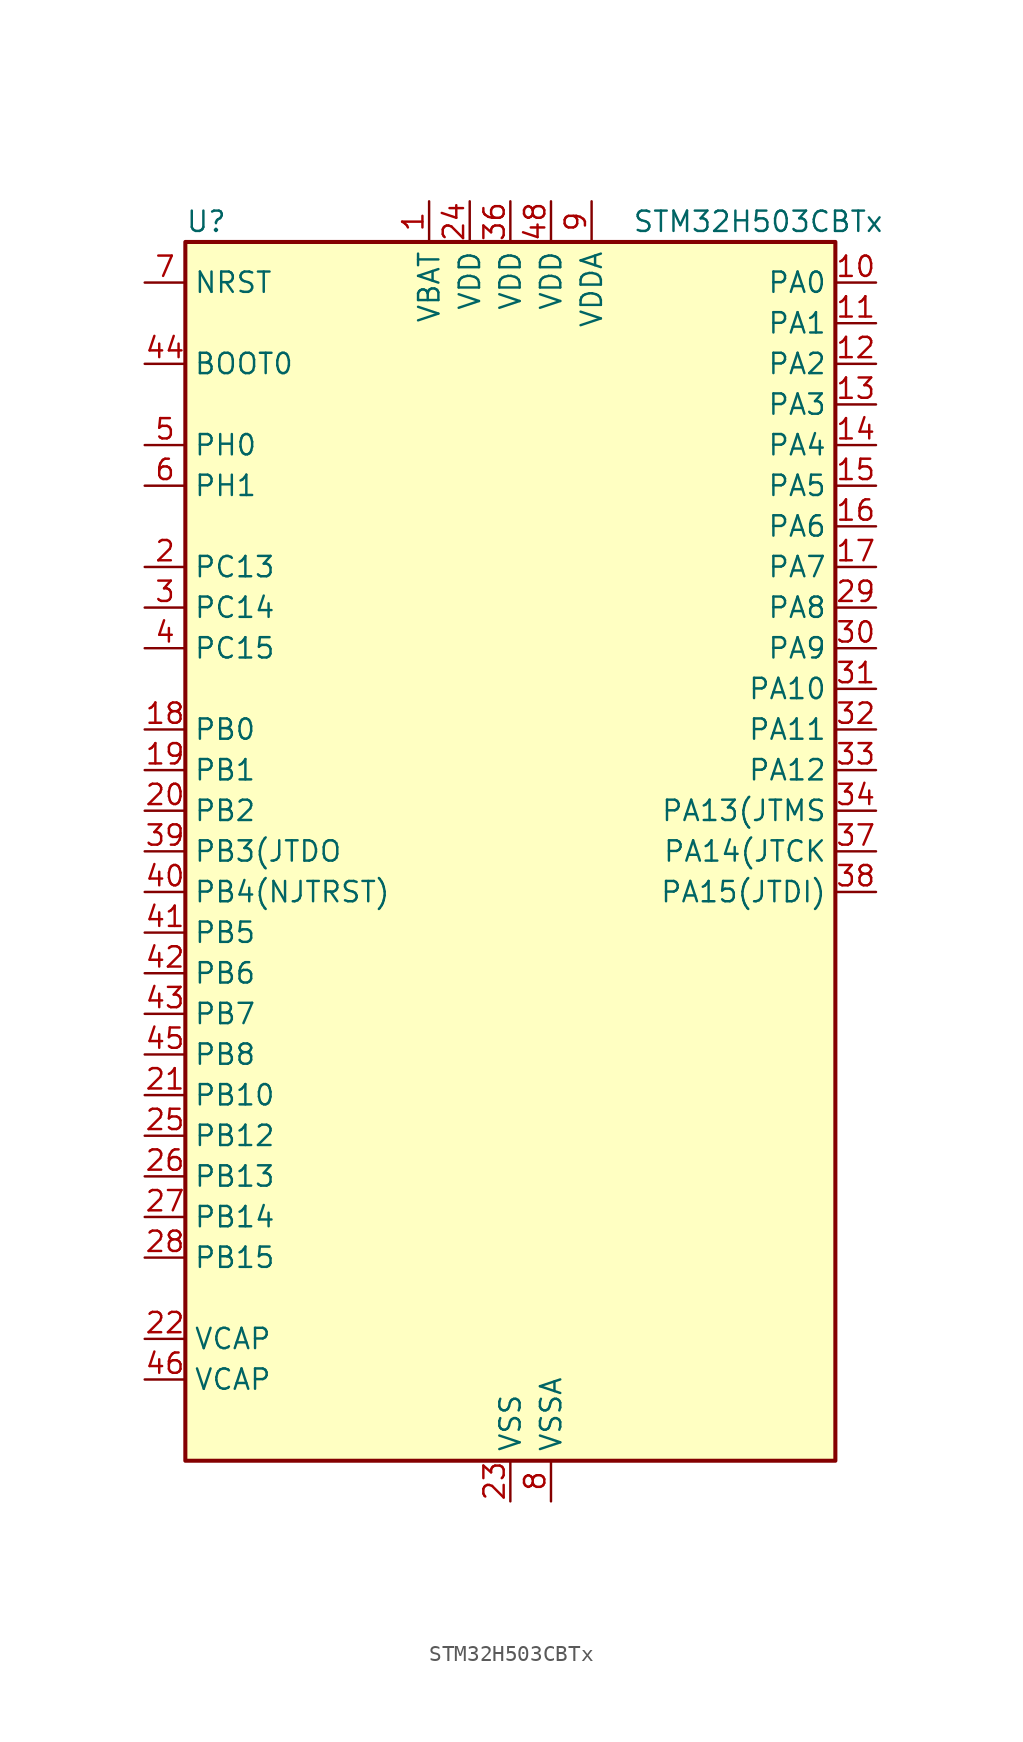
<source format=kicad_sym>
(kicad_symbol_lib
  (version 20231120)
  (generator "kicad-library-utils")
  (generator_version "8.0")
  (symbol "STM32H503CBTx"
    (property "Reference" "U"
      (at -20.32 39.37 0)
      (effects (font (size 1.27 1.27)) (justify left)))
    (property "Value" "STM32H503CBTx"
      (at 7.62 39.37 0)
      (effects (font (size 1.27 1.27)) (justify left)))
    (symbol "STM32H503CBTx_0_1"
      (rectangle (start -20.32 -38.1) (end 20.32 38.1) (stroke (width 0.254) (type default)) (fill (type background))))
    (symbol "STM32H503CBTx_1_1"
      (pin power_in line (at -5.08 40.64 270) (length 2.54) (name "VBAT" (effects (font (size 1.27 1.27)))) (number "1" (effects (font (size 1.27 1.27)))))
      (pin bidirectional line (at 22.86 35.56 180) (length 2.54) (name "PA0" (effects (font (size 1.27 1.27)))) (number "10" (effects (font (size 1.27 1.27)))) (alternate "ADC1_INN1" bidirectional line) (alternate "ADC1_INP0" bidirectional line) (alternate "COMP1_INP" bidirectional line) (alternate "I2S1_SDI" bidirectional line) (alternate "I2S2_MCK" bidirectional line) (alternate "I2S3_WS" bidirectional line) (alternate "LPTIM1_ETR" bidirectional line) (alternate "LPTIM1_IN2" bidirectional line) (alternate "LPTIM2_ETR" bidirectional line) (alternate "OPAMP1_VINP" bidirectional line) (alternate "PWR_WKUP1" bidirectional line) (alternate "RTC_OUT2" bidirectional line) (alternate "SPI1_MISO" bidirectional line) (alternate "SPI3_NSS" bidirectional line) (alternate "SPI3_RDY" bidirectional line) (alternate "TAMP_IN2" bidirectional line) (alternate "TAMP_OUT1" bidirectional line) (alternate "TIM2_CH1" bidirectional line) (alternate "TIM2_ETR" bidirectional line) (alternate "TIM3_CH1" bidirectional line) (alternate "USART1_CTS" bidirectional line) (alternate "USART1_NSS" bidirectional line) (alternate "USART2_CTS" bidirectional line) (alternate "USART2_NSS" bidirectional line) (alternate "USART3_CK" bidirectional line) (alternate "USART3_CTS" bidirectional line) (alternate "USART3_NSS" bidirectional line))
      (pin bidirectional line (at 22.86 33.02 180) (length 2.54) (name "PA1" (effects (font (size 1.27 1.27)))) (number "11" (effects (font (size 1.27 1.27)))) (alternate "ADC1_INP1" bidirectional line) (alternate "I2S1_WS" bidirectional line) (alternate "I2S3_CK" bidirectional line) (alternate "LPTIM1_IN1" bidirectional line) (alternate "SPI1_NSS" bidirectional line) (alternate "SPI2_RDY" bidirectional line) (alternate "SPI3_SCK" bidirectional line) (alternate "TIM1_CH3" bidirectional line) (alternate "TIM2_CH2" bidirectional line) (alternate "USART1_RX" bidirectional line) (alternate "USART2_CK" bidirectional line) (alternate "USART2_RTS" bidirectional line))
      (pin bidirectional line (at 22.86 30.48 180) (length 2.54) (name "PA2" (effects (font (size 1.27 1.27)))) (number "12" (effects (font (size 1.27 1.27)))) (alternate "ADC1_INP14" bidirectional line) (alternate "I2S1_CK" bidirectional line) (alternate "I2S3_SDI" bidirectional line) (alternate "LPTIM1_IN2" bidirectional line) (alternate "LPUART1_RX" bidirectional line) (alternate "PWR_WKUP2" bidirectional line) (alternate "SPI1_SCK" bidirectional line) (alternate "SPI3_MISO" bidirectional line) (alternate "TIM1_CH4" bidirectional line) (alternate "TIM2_CH3" bidirectional line) (alternate "TIM3_ETR" bidirectional line) (alternate "USART1_TX" bidirectional line) (alternate "USART2_TX" bidirectional line))
      (pin bidirectional line (at 22.86 27.94 180) (length 2.54) (name "PA3" (effects (font (size 1.27 1.27)))) (number "13" (effects (font (size 1.27 1.27)))) (alternate "ADC1_INP15" bidirectional line) (alternate "I2S1_SDI" bidirectional line) (alternate "I2S2_WS" bidirectional line) (alternate "I2S3_SDO" bidirectional line) (alternate "LPUART1_TX" bidirectional line) (alternate "SPI1_MISO" bidirectional line) (alternate "SPI2_NSS" bidirectional line) (alternate "SPI3_MOSI" bidirectional line) (alternate "TIM1_CH1N" bidirectional line) (alternate "TIM2_CH4" bidirectional line) (alternate "USART1_CK" bidirectional line) (alternate "USART2_RX" bidirectional line) (alternate "USART3_RX" bidirectional line))
      (pin bidirectional line (at 22.86 25.4 180) (length 2.54) (name "PA4" (effects (font (size 1.27 1.27)))) (number "14" (effects (font (size 1.27 1.27)))) (alternate "ADC1_INP18" bidirectional line) (alternate "DAC1_OUT1" bidirectional line) (alternate "I2S1_SDO" bidirectional line) (alternate "I2S1_WS" bidirectional line) (alternate "I2S3_SDI" bidirectional line) (alternate "I2S3_WS" bidirectional line) (alternate "LPTIM2_CH1" bidirectional line) (alternate "SPI1_MOSI" bidirectional line) (alternate "SPI1_NSS" bidirectional line) (alternate "SPI3_MISO" bidirectional line) (alternate "SPI3_NSS" bidirectional line) (alternate "TIM1_BKIN" bidirectional line) (alternate "TIM1_CH2N" bidirectional line) (alternate "USART1_RTS" bidirectional line) (alternate "USART2_CK" bidirectional line) (alternate "USART3_TX" bidirectional line))
      (pin bidirectional line (at 22.86 22.86 180) (length 2.54) (name "PA5" (effects (font (size 1.27 1.27)))) (number "15" (effects (font (size 1.27 1.27)))) (alternate "ADC1_INN18" bidirectional line) (alternate "ADC1_INP19" bidirectional line) (alternate "COMP1_INM" bidirectional line) (alternate "DAC1_OUT2" bidirectional line) (alternate "I2S1_CK" bidirectional line) (alternate "I2S1_MCK" bidirectional line) (alternate "I2S2_CK" bidirectional line) (alternate "I2S3_SDO" bidirectional line) (alternate "LPTIM1_CH1" bidirectional line) (alternate "LPTIM1_ETR" bidirectional line) (alternate "LPTIM2_CH2" bidirectional line) (alternate "LPUART1_RTS" bidirectional line) (alternate "PWR_CSTOP" bidirectional line) (alternate "SPI1_SCK" bidirectional line) (alternate "SPI2_SCK" bidirectional line) (alternate "SPI3_MOSI" bidirectional line) (alternate "TIM2_CH1" bidirectional line) (alternate "TIM2_ETR" bidirectional line) (alternate "USART2_CTS" bidirectional line) (alternate "USART2_NSS" bidirectional line) (alternate "USART2_TX" bidirectional line) (alternate "USART3_RX" bidirectional line))
      (pin bidirectional line (at 22.86 20.32 180) (length 2.54) (name "PA6" (effects (font (size 1.27 1.27)))) (number "16" (effects (font (size 1.27 1.27)))) (alternate "ADC1_INP3" bidirectional line) (alternate "I2S1_SDI" bidirectional line) (alternate "SPI1_MISO" bidirectional line) (alternate "TIM1_BKIN" bidirectional line) (alternate "TIM3_CH1" bidirectional line))
      (pin bidirectional line (at 22.86 17.78 180) (length 2.54) (name "PA7" (effects (font (size 1.27 1.27)))) (number "17" (effects (font (size 1.27 1.27)))) (alternate "ADC1_INN3" bidirectional line) (alternate "ADC1_INP7" bidirectional line) (alternate "AUDIOCLK" bidirectional line) (alternate "I2S1_MCK" bidirectional line) (alternate "I2S1_SDO" bidirectional line) (alternate "I2S2_MCK" bidirectional line) (alternate "I2S2_SDI" bidirectional line) (alternate "I2S3_MCK" bidirectional line) (alternate "LPTIM2_ETR" bidirectional line) (alternate "OPAMP1_VOUT" bidirectional line) (alternate "PWR_CSLEEP" bidirectional line) (alternate "SPI1_MOSI" bidirectional line) (alternate "SPI2_MISO" bidirectional line) (alternate "TIM1_CH1N" bidirectional line) (alternate "TIM2_CH3" bidirectional line) (alternate "TIM3_CH2" bidirectional line) (alternate "USART1_RTS" bidirectional line) (alternate "USART3_CK" bidirectional line) (alternate "USART3_RTS" bidirectional line))
      (pin bidirectional line (at -22.86 7.62 0) (length 2.54) (name "PB0" (effects (font (size 1.27 1.27)))) (number "18" (effects (font (size 1.27 1.27)))) (alternate "ADC1_INN5" bidirectional line) (alternate "ADC1_INP9" bidirectional line) (alternate "COMP1_INP" bidirectional line) (alternate "LPTIM1_IN1" bidirectional line) (alternate "OPAMP1_VINP" bidirectional line) (alternate "TIM1_CH2N" bidirectional line) (alternate "TIM1_ETR" bidirectional line) (alternate "TIM3_CH3" bidirectional line) (alternate "USART2_TX" bidirectional line))
      (pin bidirectional line (at -22.86 5.08 0) (length 2.54) (name "PB1" (effects (font (size 1.27 1.27)))) (number "19" (effects (font (size 1.27 1.27)))) (alternate "ADC1_INP5" bidirectional line) (alternate "COMP1_INM" bidirectional line) (alternate "COMP1_OUT" bidirectional line) (alternate "I2S2_SDO" bidirectional line) (alternate "LPTIM1_IN2" bidirectional line) (alternate "LPTIM2_ETR" bidirectional line) (alternate "OPAMP1_VINM" bidirectional line) (alternate "OPAMP1_VINM1" bidirectional line) (alternate "SPI2_MOSI" bidirectional line) (alternate "TIM1_CH1" bidirectional line) (alternate "TIM1_CH3N" bidirectional line) (alternate "TIM3_CH4" bidirectional line) (alternate "USART2_RX" bidirectional line))
      (pin bidirectional line (at -22.86 17.78 0) (length 2.54) (name "PC13" (effects (font (size 1.27 1.27)))) (number "2" (effects (font (size 1.27 1.27)))) (alternate "PWR_WKUP4" bidirectional line) (alternate "RTC_OUT1" bidirectional line) (alternate "RTC_TS" bidirectional line) (alternate "TAMP_IN1" bidirectional line) (alternate "TAMP_OUT2" bidirectional line))
      (pin bidirectional line (at -22.86 2.54 0) (length 2.54) (name "PB2" (effects (font (size 1.27 1.27)))) (number "20" (effects (font (size 1.27 1.27)))) (alternate "COMP1_INP" bidirectional line) (alternate "I2S2_CK" bidirectional line) (alternate "I2S3_SDO" bidirectional line) (alternate "LPTIM1_CH1" bidirectional line) (alternate "LPTIM1_CH2" bidirectional line) (alternate "RCC_LSCO" bidirectional line) (alternate "RTC_OUT2" bidirectional line) (alternate "SPI1_RDY" bidirectional line) (alternate "SPI2_SCK" bidirectional line) (alternate "SPI3_MOSI" bidirectional line) (alternate "TIM1_CH2N" bidirectional line) (alternate "TIM2_CH1" bidirectional line) (alternate "USART2_CK" bidirectional line))
      (pin bidirectional line (at -22.86 -15.24 0) (length 2.54) (name "PB10" (effects (font (size 1.27 1.27)))) (number "21" (effects (font (size 1.27 1.27)))) (alternate "FDCAN1_TX" bidirectional line) (alternate "I2C1_SDA" bidirectional line) (alternate "I2C2_SCL" bidirectional line) (alternate "I2S2_CK" bidirectional line) (alternate "I2S3_WS" bidirectional line) (alternate "I3C1_SDA" bidirectional line) (alternate "I3C2_SCL" bidirectional line) (alternate "LPTIM2_CH2" bidirectional line) (alternate "LPTIM2_IN1" bidirectional line) (alternate "SPI2_SCK" bidirectional line) (alternate "SPI3_NSS" bidirectional line) (alternate "TIM2_CH3" bidirectional line) (alternate "USART3_CK" bidirectional line) (alternate "USART3_TX" bidirectional line))
      (pin power_out line (at -22.86 -30.48 0) (length 2.54) (name "VCAP" (effects (font (size 1.27 1.27)))) (number "22" (effects (font (size 1.27 1.27)))))
      (pin power_in line (at 0 -40.64 90) (length 2.54) (name "VSS" (effects (font (size 1.27 1.27)))) (number "23" (effects (font (size 1.27 1.27)))))
      (pin power_in line (at -2.54 40.64 270) (length 2.54) (name "VDD" (effects (font (size 1.27 1.27)))) (number "24" (effects (font (size 1.27 1.27)))))
      (pin bidirectional line (at -22.86 -17.78 0) (length 2.54) (name "PB12" (effects (font (size 1.27 1.27)))) (number "25" (effects (font (size 1.27 1.27)))) (alternate "FDCAN1_RX" bidirectional line) (alternate "I2C2_SMBA" bidirectional line) (alternate "I2S2_WS" bidirectional line) (alternate "SPI2_NSS" bidirectional line) (alternate "TIM1_BKIN" bidirectional line) (alternate "USART1_CK" bidirectional line) (alternate "USART3_CK" bidirectional line))
      (pin bidirectional line (at -22.86 -20.32 0) (length 2.54) (name "PB13" (effects (font (size 1.27 1.27)))) (number "26" (effects (font (size 1.27 1.27)))) (alternate "FDCAN1_TX" bidirectional line) (alternate "I2C1_SMBA" bidirectional line) (alternate "I2C2_SDA" bidirectional line) (alternate "I2S2_CK" bidirectional line) (alternate "I3C2_SDA" bidirectional line) (alternate "LPTIM2_CH1" bidirectional line) (alternate "LPUART1_CTS" bidirectional line) (alternate "SPI2_SCK" bidirectional line) (alternate "TIM1_CH1N" bidirectional line) (alternate "USART3_CTS" bidirectional line) (alternate "USART3_NSS" bidirectional line))
      (pin bidirectional line (at -22.86 -22.86 0) (length 2.54) (name "PB14" (effects (font (size 1.27 1.27)))) (number "27" (effects (font (size 1.27 1.27)))) (alternate "I2S2_SDI" bidirectional line) (alternate "LPTIM1_ETR" bidirectional line) (alternate "LPUART1_RTS" bidirectional line) (alternate "SPI2_MISO" bidirectional line) (alternate "TIM1_CH2N" bidirectional line) (alternate "USART1_TX" bidirectional line) (alternate "USART3_RTS" bidirectional line))
      (pin bidirectional line (at -22.86 -25.4 0) (length 2.54) (name "PB15" (effects (font (size 1.27 1.27)))) (number "28" (effects (font (size 1.27 1.27)))) (alternate "ADC1_EXTI15" bidirectional line) (alternate "COMP1_OUT" bidirectional line) (alternate "FDCAN1_TX" bidirectional line) (alternate "I2S2_SDO" bidirectional line) (alternate "I2S3_MCK" bidirectional line) (alternate "I2S3_SDI" bidirectional line) (alternate "LPTIM1_CH1" bidirectional line) (alternate "LPTIM2_IN2" bidirectional line) (alternate "LPUART1_RX" bidirectional line) (alternate "PWR_PVD_IN" bidirectional line) (alternate "RTC_REFIN" bidirectional line) (alternate "SPI2_MOSI" bidirectional line) (alternate "SPI3_MISO" bidirectional line) (alternate "TIM1_CH3N" bidirectional line) (alternate "TIM3_CH4" bidirectional line) (alternate "USART1_RX" bidirectional line) (alternate "USART2_RTS" bidirectional line) (alternate "USART2_RX" bidirectional line) (alternate "USART3_CTS" bidirectional line) (alternate "USART3_NSS" bidirectional line))
      (pin bidirectional line (at 22.86 15.24 180) (length 2.54) (name "PA8" (effects (font (size 1.27 1.27)))) (number "29" (effects (font (size 1.27 1.27)))) (alternate "FDCAN1_RX" bidirectional line) (alternate "I2S1_CK" bidirectional line) (alternate "I2S2_SDO" bidirectional line) (alternate "I2S2_WS" bidirectional line) (alternate "LPTIM2_IN1" bidirectional line) (alternate "LPUART1_CTS" bidirectional line) (alternate "RCC_MCO_1" bidirectional line) (alternate "SPI1_RDY" bidirectional line) (alternate "SPI1_SCK" bidirectional line) (alternate "SPI2_MOSI" bidirectional line) (alternate "SPI2_NSS" bidirectional line) (alternate "TIM1_CH1" bidirectional line) (alternate "TIM1_CH4N" bidirectional line) (alternate "TIM3_CH3" bidirectional line) (alternate "USART1_CK" bidirectional line) (alternate "USART2_TX" bidirectional line) (alternate "USART3_TX" bidirectional line) (alternate "USB_SOF" bidirectional line))
      (pin bidirectional line (at -22.86 15.24 0) (length 2.54) (name "PC14" (effects (font (size 1.27 1.27)))) (number "3" (effects (font (size 1.27 1.27)))) (alternate "RCC_OSC32_IN" bidirectional line))
      (pin bidirectional line (at 22.86 12.7 180) (length 2.54) (name "PA9" (effects (font (size 1.27 1.27)))) (number "30" (effects (font (size 1.27 1.27)))) (alternate "DAC1_EXTI9" bidirectional line) (alternate "DEBUG_TRACED2" bidirectional line) (alternate "I2S1_SDI" bidirectional line) (alternate "I2S2_CK" bidirectional line) (alternate "I2S3_SDO" bidirectional line) (alternate "LPUART1_TX" bidirectional line) (alternate "SPI1_MISO" bidirectional line) (alternate "SPI2_SCK" bidirectional line) (alternate "SPI3_MOSI" bidirectional line) (alternate "TIM1_CH2" bidirectional line) (alternate "USART1_TX" bidirectional line) (alternate "USART3_CK" bidirectional line))
      (pin bidirectional line (at 22.86 10.16 180) (length 2.54) (name "PA10" (effects (font (size 1.27 1.27)))) (number "31" (effects (font (size 1.27 1.27)))) (alternate "LPTIM2_IN2" bidirectional line) (alternate "LPUART1_RX" bidirectional line) (alternate "TIM1_CH3" bidirectional line) (alternate "USART1_RX" bidirectional line))
      (pin bidirectional line (at 22.86 7.62 180) (length 2.54) (name "PA11" (effects (font (size 1.27 1.27)))) (number "32" (effects (font (size 1.27 1.27)))) (alternate "ADC1_EXTI11" bidirectional line) (alternate "DEBUG_TRGIO" bidirectional line) (alternate "FDCAN1_RX" bidirectional line) (alternate "I2S2_WS" bidirectional line) (alternate "LPTIM2_CH2" bidirectional line) (alternate "LPUART1_CTS" bidirectional line) (alternate "SPI2_NSS" bidirectional line) (alternate "SPI3_RDY" bidirectional line) (alternate "TIM1_CH4" bidirectional line) (alternate "TIM3_CH2" bidirectional line) (alternate "USART1_CTS" bidirectional line) (alternate "USART1_NSS" bidirectional line) (alternate "USART1_RX" bidirectional line) (alternate "USART2_RX" bidirectional line) (alternate "USART3_RTS" bidirectional line) (alternate "USB_DM" bidirectional line))
      (pin bidirectional line (at 22.86 5.08 180) (length 2.54) (name "PA12" (effects (font (size 1.27 1.27)))) (number "33" (effects (font (size 1.27 1.27)))) (alternate "DEBUG_TRACED3" bidirectional line) (alternate "FDCAN1_TX" bidirectional line) (alternate "I2S2_CK" bidirectional line) (alternate "LPUART1_RTS" bidirectional line) (alternate "SPI2_RDY" bidirectional line) (alternate "SPI2_SCK" bidirectional line) (alternate "TIM1_ETR" bidirectional line) (alternate "TIM2_CH4" bidirectional line) (alternate "TIM3_CH4" bidirectional line) (alternate "USART1_RTS" bidirectional line) (alternate "USART1_TX" bidirectional line) (alternate "USART2_TX" bidirectional line) (alternate "USART3_RX" bidirectional line) (alternate "USB_DP" bidirectional line))
      (pin bidirectional line (at 22.86 2.54 180) (length 2.54) (name "PA13(JTMS" (effects (font (size 1.27 1.27)))) (number "34" (effects (font (size 1.27 1.27)))) (alternate "COMP1_OUT" bidirectional line) (alternate "DEBUG_JTMS-SWDIO" bidirectional line) (alternate "LPTIM1_CH1" bidirectional line) (alternate "LPUART1_CTS" bidirectional line) (alternate "TIM1_CH1" bidirectional line) (alternate "TIM1_ETR" bidirectional line) (alternate "USART1_RX" bidirectional line) (alternate "USART2_RX" bidirectional line))
      (pin passive line (at 0 -40.64 90) (length 2.54) hide (name "VSS" (effects (font (size 1.27 1.27)))) (number "35" (effects (font (size 1.27 1.27)))))
      (pin power_in line (at 0 40.64 270) (length 2.54) (name "VDD" (effects (font (size 1.27 1.27)))) (number "36" (effects (font (size 1.27 1.27)))))
      (pin bidirectional line (at 22.86 0 180) (length 2.54) (name "PA14(JTCK" (effects (font (size 1.27 1.27)))) (number "37" (effects (font (size 1.27 1.27)))) (alternate "DEBUG_JTCK-SWCLK" bidirectional line) (alternate "LPTIM1_ETR" bidirectional line) (alternate "LPTIM2_CH1" bidirectional line) (alternate "LPUART1_RTS" bidirectional line) (alternate "TIM1_CH2" bidirectional line) (alternate "TIM1_CH4N" bidirectional line) (alternate "TIM3_CH1" bidirectional line) (alternate "USART1_TX" bidirectional line) (alternate "USART2_TX" bidirectional line))
      (pin bidirectional line (at 22.86 -2.54 180) (length 2.54) (name "PA15(JTDI)" (effects (font (size 1.27 1.27)))) (number "38" (effects (font (size 1.27 1.27)))) (alternate "ADC1_EXTI15" bidirectional line) (alternate "DEBUG_JTDI" bidirectional line) (alternate "I2S1_WS" bidirectional line) (alternate "I2S2_SDI" bidirectional line) (alternate "I2S3_CK" bidirectional line) (alternate "I2S3_WS" bidirectional line) (alternate "LPTIM1_IN2" bidirectional line) (alternate "LPTIM2_CH1" bidirectional line) (alternate "SPI1_NSS" bidirectional line) (alternate "SPI2_MISO" bidirectional line) (alternate "SPI3_NSS" bidirectional line) (alternate "SPI3_SCK" bidirectional line) (alternate "TIM2_CH1" bidirectional line) (alternate "TIM2_ETR" bidirectional line) (alternate "USART1_CTS" bidirectional line) (alternate "USART1_NSS" bidirectional line) (alternate "USART2_CK" bidirectional line) (alternate "USART2_RTS" bidirectional line) (alternate "USART2_RX" bidirectional line) (alternate "USART3_RX" bidirectional line))
      (pin bidirectional line (at -22.86 0 0) (length 2.54) (name "PB3(JTDO" (effects (font (size 1.27 1.27)))) (number "39" (effects (font (size 1.27 1.27)))) (alternate "CRS_SYNC" bidirectional line) (alternate "DEBUG_JTDO-SWO" bidirectional line) (alternate "FDCAN1_RX" bidirectional line) (alternate "I2C1_SMBA" bidirectional line) (alternate "I2C2_SCL" bidirectional line) (alternate "I2C2_SDA" bidirectional line) (alternate "I2S1_CK" bidirectional line) (alternate "I2S2_MCK" bidirectional line) (alternate "I2S3_CK" bidirectional line) (alternate "I3C2_SCL" bidirectional line) (alternate "LPTIM1_CH1" bidirectional line) (alternate "SPI1_SCK" bidirectional line) (alternate "SPI3_SCK" bidirectional line) (alternate "TIM1_BKIN" bidirectional line) (alternate "TIM2_CH2" bidirectional line) (alternate "USART3_TX" bidirectional line))
      (pin bidirectional line (at -22.86 12.7 0) (length 2.54) (name "PC15" (effects (font (size 1.27 1.27)))) (number "4" (effects (font (size 1.27 1.27)))) (alternate "ADC1_EXTI15" bidirectional line) (alternate "RCC_OSC32_OUT" bidirectional line))
      (pin bidirectional line (at -22.86 -2.54 0) (length 2.54) (name "PB4(NJTRST)" (effects (font (size 1.27 1.27)))) (number "40" (effects (font (size 1.27 1.27)))) (alternate "DEBUG_JTRST" bidirectional line) (alternate "FDCAN1_TX" bidirectional line) (alternate "I2C1_SMBA" bidirectional line) (alternate "I2C2_SDA" bidirectional line) (alternate "I2S1_SDI" bidirectional line) (alternate "I2S2_WS" bidirectional line) (alternate "I2S3_SDI" bidirectional line) (alternate "I3C2_SDA" bidirectional line) (alternate "LPTIM1_CH2" bidirectional line) (alternate "SPI1_MISO" bidirectional line) (alternate "SPI2_NSS" bidirectional line) (alternate "SPI3_MISO" bidirectional line) (alternate "TIM1_CH2" bidirectional line) (alternate "TIM1_CH4N" bidirectional line) (alternate "TIM3_CH1" bidirectional line) (alternate "USART2_TX" bidirectional line))
      (pin bidirectional line (at -22.86 -5.08 0) (length 2.54) (name "PB5" (effects (font (size 1.27 1.27)))) (number "41" (effects (font (size 1.27 1.27)))) (alternate "DEBUG_TRACECLK" bidirectional line) (alternate "FDCAN1_RX" bidirectional line) (alternate "I2C1_SDA" bidirectional line) (alternate "I2C1_SMBA" bidirectional line) (alternate "I2C2_SCL" bidirectional line) (alternate "I2S1_SDO" bidirectional line) (alternate "I2S2_SDI" bidirectional line) (alternate "I2S3_SDO" bidirectional line) (alternate "I3C1_SDA" bidirectional line) (alternate "I3C2_SCL" bidirectional line) (alternate "LPTIM1_IN1" bidirectional line) (alternate "SPI1_MOSI" bidirectional line) (alternate "SPI2_MISO" bidirectional line) (alternate "SPI3_MOSI" bidirectional line) (alternate "TIM1_CH3" bidirectional line) (alternate "TIM3_CH2" bidirectional line) (alternate "USART2_RX" bidirectional line))
      (pin bidirectional line (at -22.86 -7.62 0) (length 2.54) (name "PB6" (effects (font (size 1.27 1.27)))) (number "42" (effects (font (size 1.27 1.27)))) (alternate "DEBUG_TRACED0" bidirectional line) (alternate "FDCAN1_TX" bidirectional line) (alternate "I2C1_SCL" bidirectional line) (alternate "I2S1_MCK" bidirectional line) (alternate "I3C1_SCL" bidirectional line) (alternate "LPUART1_TX" bidirectional line) (alternate "SPI3_RDY" bidirectional line) (alternate "TIM1_CH2" bidirectional line) (alternate "TIM1_CH3N" bidirectional line) (alternate "TIM3_CH3" bidirectional line) (alternate "USART1_TX" bidirectional line) (alternate "USART2_CK" bidirectional line) (alternate "USART2_CTS" bidirectional line) (alternate "USART2_NSS" bidirectional line))
      (pin bidirectional line (at -22.86 -10.16 0) (length 2.54) (name "PB7" (effects (font (size 1.27 1.27)))) (number "43" (effects (font (size 1.27 1.27)))) (alternate "AUDIOCLK" bidirectional line) (alternate "DEBUG_TRACED1" bidirectional line) (alternate "FDCAN1_TX" bidirectional line) (alternate "I2C1_SDA" bidirectional line) (alternate "I2C2_SMBA" bidirectional line) (alternate "I2S3_CK" bidirectional line) (alternate "I2S3_MCK" bidirectional line) (alternate "I3C1_SDA" bidirectional line) (alternate "LPUART1_RX" bidirectional line) (alternate "PWR_WKUP5" bidirectional line) (alternate "SPI3_SCK" bidirectional line) (alternate "TIM1_CH1" bidirectional line) (alternate "TIM1_CH2N" bidirectional line) (alternate "TIM3_ETR" bidirectional line) (alternate "USART1_RX" bidirectional line) (alternate "USART3_TX" bidirectional line))
      (pin input line (at -22.86 30.48 0) (length 2.54) (name "BOOT0" (effects (font (size 1.27 1.27)))) (number "44" (effects (font (size 1.27 1.27)))))
      (pin bidirectional line (at -22.86 -12.7 0) (length 2.54) (name "PB8" (effects (font (size 1.27 1.27)))) (number "45" (effects (font (size 1.27 1.27)))) (alternate "DEBUG_TRACED2" bidirectional line) (alternate "FDCAN1_RX" bidirectional line) (alternate "I2C1_SCL" bidirectional line) (alternate "I2C2_SDA" bidirectional line) (alternate "I2C2_SMBA" bidirectional line) (alternate "I2S1_WS" bidirectional line) (alternate "I2S2_MCK" bidirectional line) (alternate "I3C1_SCL" bidirectional line) (alternate "I3C2_SDA" bidirectional line) (alternate "LPTIM1_CH2" bidirectional line) (alternate "LPTIM2_CH1" bidirectional line) (alternate "SPI1_NSS" bidirectional line) (alternate "SPI2_RDY" bidirectional line) (alternate "TIM1_BKIN2" bidirectional line) (alternate "USART1_CK" bidirectional line) (alternate "USART3_RX" bidirectional line))
      (pin power_out line (at -22.86 -33.02 0) (length 2.54) (name "VCAP" (effects (font (size 1.27 1.27)))) (number "46" (effects (font (size 1.27 1.27)))))
      (pin passive line (at 0 -40.64 90) (length 2.54) hide (name "VSS" (effects (font (size 1.27 1.27)))) (number "47" (effects (font (size 1.27 1.27)))))
      (pin power_in line (at 2.54 40.64 270) (length 2.54) (name "VDD" (effects (font (size 1.27 1.27)))) (number "48" (effects (font (size 1.27 1.27)))))
      (pin bidirectional line (at -22.86 25.4 0) (length 2.54) (name "PH0" (effects (font (size 1.27 1.27)))) (number "5" (effects (font (size 1.27 1.27)))) (alternate "RCC_OSC_IN" bidirectional line))
      (pin bidirectional line (at -22.86 22.86 0) (length 2.54) (name "PH1" (effects (font (size 1.27 1.27)))) (number "6" (effects (font (size 1.27 1.27)))) (alternate "RCC_OSC_OUT" bidirectional line))
      (pin input line (at -22.86 35.56 0) (length 2.54) (name "NRST" (effects (font (size 1.27 1.27)))) (number "7" (effects (font (size 1.27 1.27)))))
      (pin power_in line (at 2.54 -40.64 90) (length 2.54) (name "VSSA" (effects (font (size 1.27 1.27)))) (number "8" (effects (font (size 1.27 1.27)))))
      (pin power_in line (at 5.08 40.64 270) (length 2.54) (name "VDDA" (effects (font (size 1.27 1.27)))) (number "9" (effects (font (size 1.27 1.27))))))))
</source>
